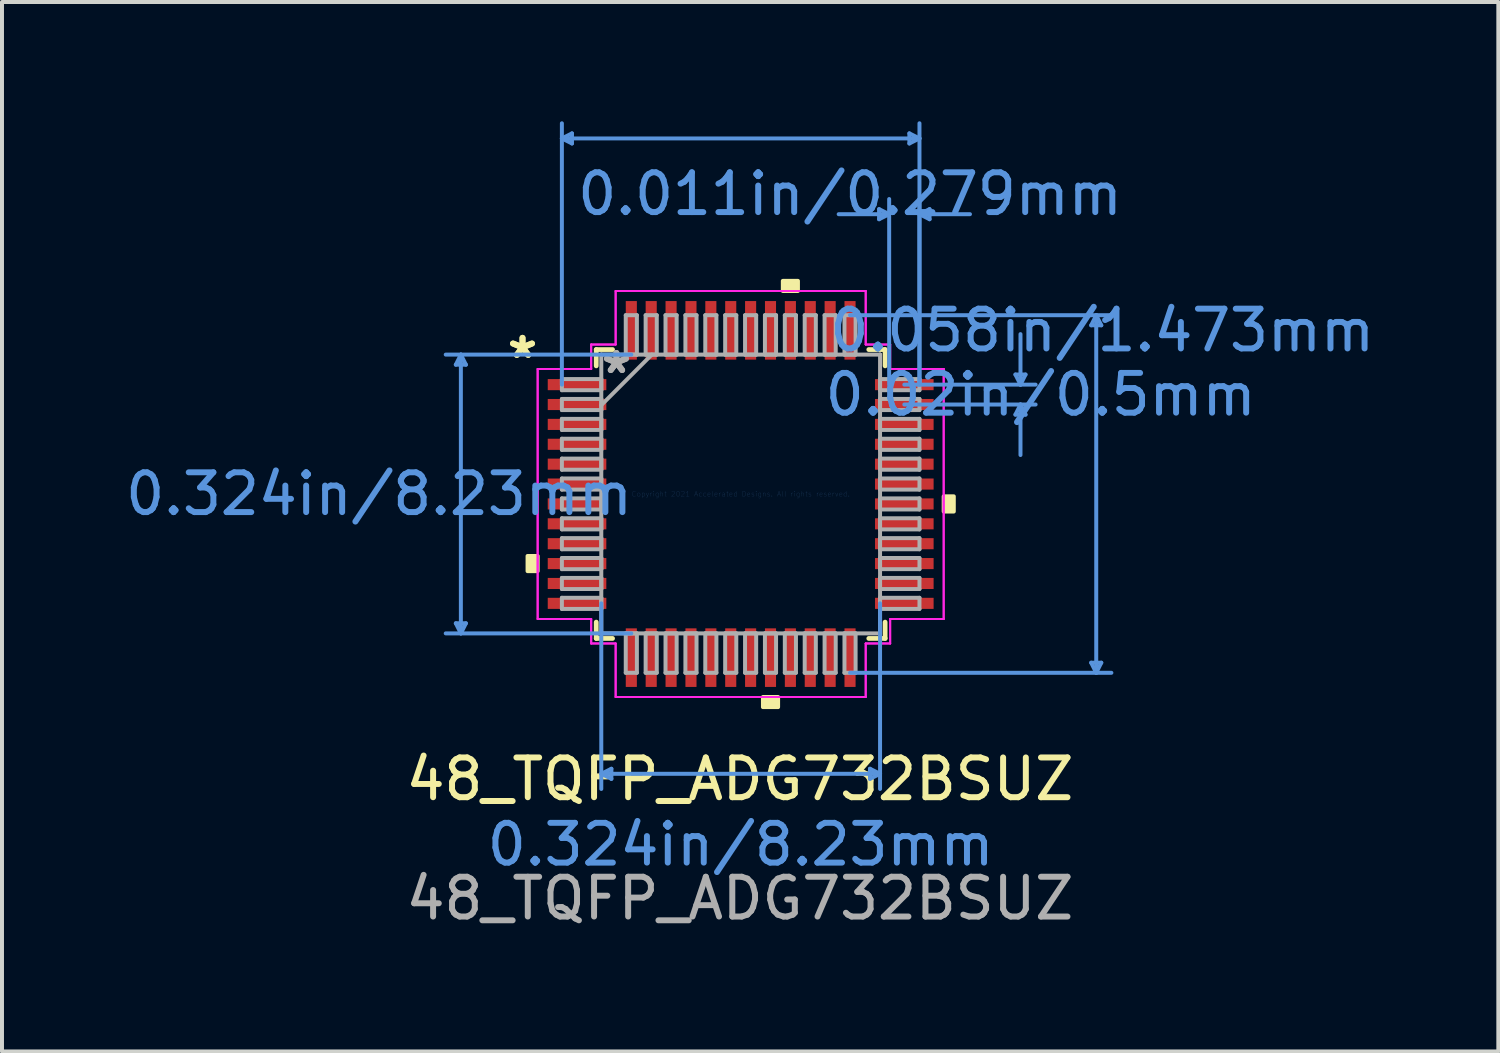
<source format=kicad_pcb>
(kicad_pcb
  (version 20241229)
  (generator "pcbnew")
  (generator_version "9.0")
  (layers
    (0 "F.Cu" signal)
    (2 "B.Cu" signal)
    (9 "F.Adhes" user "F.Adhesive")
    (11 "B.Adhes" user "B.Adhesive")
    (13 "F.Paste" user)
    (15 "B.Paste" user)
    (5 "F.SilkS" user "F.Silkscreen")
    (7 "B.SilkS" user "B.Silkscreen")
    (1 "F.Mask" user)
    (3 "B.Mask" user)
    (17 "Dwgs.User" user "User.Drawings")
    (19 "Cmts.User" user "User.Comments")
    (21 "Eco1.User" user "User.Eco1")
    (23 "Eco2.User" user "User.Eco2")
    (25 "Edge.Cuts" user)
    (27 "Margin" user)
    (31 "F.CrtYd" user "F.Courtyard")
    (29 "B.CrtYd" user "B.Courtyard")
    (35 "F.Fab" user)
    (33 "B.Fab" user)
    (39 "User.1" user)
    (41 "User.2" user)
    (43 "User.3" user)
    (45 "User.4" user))
  (footprint "48_TQFP_ADG732BSUZ"
    (layer "F.Cu")
    (at 15.575 9.372)
    (property "Reference" "48_TQFP_ADG732BSUZ" (at -0.02 7.17 0) (unlocked yes) (layer "F.SilkS") (effects (font (size 1 1) (thickness 0.15))))
    (attr smd)
    (fp_line (start -3.632 -3.632) (end -3.632 -3.222) (stroke (width 0.12) (type solid)) (layer "F.SilkS"))
    (fp_line (start -3.632 3.222) (end -3.632 3.632) (stroke (width 0.12) (type solid)) (layer "F.SilkS"))
    (fp_line (start -3.632 3.632) (end -3.222 3.632) (stroke (width 0.12) (type solid)) (layer "F.SilkS"))
    (fp_line (start -3.222 -3.632) (end -3.632 -3.632) (stroke (width 0.12) (type solid)) (layer "F.SilkS"))
    (fp_line (start 3.222 3.632) (end 3.632 3.632) (stroke (width 0.12) (type solid)) (layer "F.SilkS"))
    (fp_line (start 3.632 -3.632) (end 3.222 -3.632) (stroke (width 0.12) (type solid)) (layer "F.SilkS"))
    (fp_line (start 3.632 -3.222) (end 3.632 -3.632) (stroke (width 0.12) (type solid)) (layer "F.SilkS"))
    (fp_line (start 3.632 3.632) (end 3.632 3.222) (stroke (width 0.12) (type solid)) (layer "F.SilkS"))
    (fp_poly (pts (xy -5.359 1.559) (xy -5.359 1.94) (xy -5.105 1.94) (xy -5.105 1.559)) (stroke (width 0.1) (type solid)) (fill yes) (layer "F.SilkS"))
    (fp_poly (pts (xy 0.56 5.105) (xy 0.56 5.359) (xy 0.941 5.359) (xy 0.941 5.105)) (stroke (width 0.1) (type solid)) (fill yes) (layer "F.SilkS"))
    (fp_poly (pts (xy 1.06 -5.105) (xy 1.06 -5.359) (xy 1.44 -5.359) (xy 1.44 -5.105)) (stroke (width 0.1) (type solid)) (fill yes) (layer "F.SilkS"))
    (fp_poly (pts (xy 5.359 0.059) (xy 5.359 0.441) (xy 5.105 0.441) (xy 5.105 0.059)) (stroke (width 0.1) (type solid)) (fill yes) (layer "F.SilkS"))
    (fp_line (start -7.163 -3.251) (end -6.909 -3.251) (stroke (width 0.1) (type solid)) (layer "Cmts.User"))
    (fp_line (start -7.163 3.251) (end -6.909 3.251) (stroke (width 0.1) (type solid)) (layer "Cmts.User"))
    (fp_line (start -7.036 -3.505) (end -7.163 -3.251) (stroke (width 0.1) (type solid)) (layer "Cmts.User"))
    (fp_line (start -7.036 -3.505) (end -7.036 3.505) (stroke (width 0.1) (type solid)) (layer "Cmts.User"))
    (fp_line (start -7.036 -3.505) (end -6.909 -3.251) (stroke (width 0.1) (type solid)) (layer "Cmts.User"))
    (fp_line (start -7.036 3.505) (end -7.163 3.251) (stroke (width 0.1) (type solid)) (layer "Cmts.User"))
    (fp_line (start -7.036 3.505) (end -6.909 3.251) (stroke (width 0.1) (type solid)) (layer "Cmts.User"))
    (fp_line (start -4.496 -8.941) (end -4.242 -9.068) (stroke (width 0.1) (type solid)) (layer "Cmts.User"))
    (fp_line (start -4.496 -8.941) (end -4.242 -8.814) (stroke (width 0.1) (type solid)) (layer "Cmts.User"))
    (fp_line (start -4.496 -8.941) (end 4.496 -8.941) (stroke (width 0.1) (type solid)) (layer "Cmts.User"))
    (fp_line (start -4.496 -2.75) (end -4.496 -9.322) (stroke (width 0.1) (type solid)) (layer "Cmts.User"))
    (fp_line (start -4.242 -9.068) (end -4.242 -8.814) (stroke (width 0.1) (type solid)) (layer "Cmts.User"))
    (fp_line (start -3.505 2.75) (end -3.505 7.417) (stroke (width 0.1) (type solid)) (layer "Cmts.User"))
    (fp_line (start -3.505 7.036) (end -3.251 6.909) (stroke (width 0.1) (type solid)) (layer "Cmts.User"))
    (fp_line (start -3.505 7.036) (end -3.251 7.163) (stroke (width 0.1) (type solid)) (layer "Cmts.User"))
    (fp_line (start -3.505 7.036) (end 3.505 7.036) (stroke (width 0.1) (type solid)) (layer "Cmts.User"))
    (fp_line (start -3.251 6.909) (end -3.251 7.163) (stroke (width 0.1) (type solid)) (layer "Cmts.User"))
    (fp_line (start -2.75 -3.505) (end -7.417 -3.505) (stroke (width 0.1) (type solid)) (layer "Cmts.User"))
    (fp_line (start -2.75 3.505) (end -7.417 3.505) (stroke (width 0.1) (type solid)) (layer "Cmts.User"))
    (fp_line (start 2.75 -4.496) (end 9.322 -4.496) (stroke (width 0.1) (type solid)) (layer "Cmts.User"))
    (fp_line (start 2.75 4.496) (end 9.322 4.496) (stroke (width 0.1) (type solid)) (layer "Cmts.User"))
    (fp_line (start 3.251 6.909) (end 3.251 7.163) (stroke (width 0.1) (type solid)) (layer "Cmts.User"))
    (fp_line (start 3.48 -7.163) (end 3.48 -6.909) (stroke (width 0.1) (type solid)) (layer "Cmts.User"))
    (fp_line (start 3.505 2.75) (end 3.505 7.417) (stroke (width 0.1) (type solid)) (layer "Cmts.User"))
    (fp_line (start 3.505 7.036) (end 3.251 6.909) (stroke (width 0.1) (type solid)) (layer "Cmts.User"))
    (fp_line (start 3.505 7.036) (end 3.251 7.163) (stroke (width 0.1) (type solid)) (layer "Cmts.User"))
    (fp_line (start 3.734 -7.036) (end 2.464 -7.036) (stroke (width 0.1) (type solid)) (layer "Cmts.User"))
    (fp_line (start 3.734 -7.036) (end 3.48 -7.163) (stroke (width 0.1) (type solid)) (layer "Cmts.User"))
    (fp_line (start 3.734 -7.036) (end 3.48 -6.909) (stroke (width 0.1) (type solid)) (layer "Cmts.User"))
    (fp_line (start 3.734 -2.75) (end 3.734 -7.417) (stroke (width 0.1) (type solid)) (layer "Cmts.User"))
    (fp_line (start 4.115 -2.75) (end 7.417 -2.75) (stroke (width 0.1) (type solid)) (layer "Cmts.User"))
    (fp_line (start 4.115 -2.25) (end 7.417 -2.25) (stroke (width 0.1) (type solid)) (layer "Cmts.User"))
    (fp_line (start 4.242 -9.068) (end 4.242 -8.814) (stroke (width 0.1) (type solid)) (layer "Cmts.User"))
    (fp_line (start 4.496 -8.941) (end 4.242 -9.068) (stroke (width 0.1) (type solid)) (layer "Cmts.User"))
    (fp_line (start 4.496 -8.941) (end 4.242 -8.814) (stroke (width 0.1) (type solid)) (layer "Cmts.User"))
    (fp_line (start 4.496 -7.036) (end 4.75 -7.163) (stroke (width 0.1) (type solid)) (layer "Cmts.User"))
    (fp_line (start 4.496 -7.036) (end 4.75 -6.909) (stroke (width 0.1) (type solid)) (layer "Cmts.User"))
    (fp_line (start 4.496 -7.036) (end 5.766 -7.036) (stroke (width 0.1) (type solid)) (layer "Cmts.User"))
    (fp_line (start 4.496 -2.75) (end 4.496 -9.322) (stroke (width 0.1) (type solid)) (layer "Cmts.User"))
    (fp_line (start 4.496 -2.75) (end 4.496 -7.417) (stroke (width 0.1) (type solid)) (layer "Cmts.User"))
    (fp_line (start 4.75 -7.163) (end 4.75 -6.909) (stroke (width 0.1) (type solid)) (layer "Cmts.User"))
    (fp_line (start 6.909 -3.004) (end 7.163 -3.004) (stroke (width 0.1) (type solid)) (layer "Cmts.User"))
    (fp_line (start 6.909 -1.996) (end 7.163 -1.996) (stroke (width 0.1) (type solid)) (layer "Cmts.User"))
    (fp_line (start 7.036 -2.75) (end 6.909 -3.004) (stroke (width 0.1) (type solid)) (layer "Cmts.User"))
    (fp_line (start 7.036 -2.75) (end 7.036 -4.02) (stroke (width 0.1) (type solid)) (layer "Cmts.User"))
    (fp_line (start 7.036 -2.75) (end 7.163 -3.004) (stroke (width 0.1) (type solid)) (layer "Cmts.User"))
    (fp_line (start 7.036 -2.25) (end 6.909 -1.996) (stroke (width 0.1) (type solid)) (layer "Cmts.User"))
    (fp_line (start 7.036 -2.25) (end 7.036 -0.98) (stroke (width 0.1) (type solid)) (layer "Cmts.User"))
    (fp_line (start 7.036 -2.25) (end 7.163 -1.996) (stroke (width 0.1) (type solid)) (layer "Cmts.User"))
    (fp_line (start 8.814 -4.242) (end 9.068 -4.242) (stroke (width 0.1) (type solid)) (layer "Cmts.User"))
    (fp_line (start 8.814 4.242) (end 9.068 4.242) (stroke (width 0.1) (type solid)) (layer "Cmts.User"))
    (fp_line (start 8.941 -4.496) (end 8.814 -4.242) (stroke (width 0.1) (type solid)) (layer "Cmts.User"))
    (fp_line (start 8.941 -4.496) (end 8.941 4.496) (stroke (width 0.1) (type solid)) (layer "Cmts.User"))
    (fp_line (start 8.941 -4.496) (end 9.068 -4.242) (stroke (width 0.1) (type solid)) (layer "Cmts.User"))
    (fp_line (start 8.941 4.496) (end 8.814 4.242) (stroke (width 0.1) (type solid)) (layer "Cmts.User"))
    (fp_line (start 8.941 4.496) (end 9.068 4.242) (stroke (width 0.1) (type solid)) (layer "Cmts.User"))
    (fp_line (start -5.105 -3.144) (end -3.759 -3.144) (stroke (width 0.05) (type solid)) (layer "F.CrtYd"))
    (fp_line (start -5.105 -3.144) (end -3.759 -3.144) (stroke (width 0.05) (type solid)) (layer "F.CrtYd"))
    (fp_line (start -5.105 3.144) (end -5.105 -3.144) (stroke (width 0.05) (type solid)) (layer "F.CrtYd"))
    (fp_line (start -5.105 3.144) (end -5.105 -3.144) (stroke (width 0.05) (type solid)) (layer "F.CrtYd"))
    (fp_line (start -3.759 -3.759) (end -3.144 -3.759) (stroke (width 0.05) (type solid)) (layer "F.CrtYd"))
    (fp_line (start -3.759 -3.759) (end -3.144 -3.759) (stroke (width 0.05) (type solid)) (layer "F.CrtYd"))
    (fp_line (start -3.759 -3.144) (end -3.759 -3.759) (stroke (width 0.05) (type solid)) (layer "F.CrtYd"))
    (fp_line (start -3.759 -3.144) (end -3.759 -3.759) (stroke (width 0.05) (type solid)) (layer "F.CrtYd"))
    (fp_line (start -3.759 3.144) (end -5.105 3.144) (stroke (width 0.05) (type solid)) (layer "F.CrtYd"))
    (fp_line (start -3.759 3.144) (end -5.105 3.144) (stroke (width 0.05) (type solid)) (layer "F.CrtYd"))
    (fp_line (start -3.759 3.759) (end -3.759 3.144) (stroke (width 0.05) (type solid)) (layer "F.CrtYd"))
    (fp_line (start -3.759 3.759) (end -3.759 3.144) (stroke (width 0.05) (type solid)) (layer "F.CrtYd"))
    (fp_line (start -3.759 3.759) (end -3.144 3.759) (stroke (width 0.05) (type solid)) (layer "F.CrtYd"))
    (fp_line (start -3.144 -5.105) (end 3.144 -5.105) (stroke (width 0.05) (type solid)) (layer "F.CrtYd"))
    (fp_line (start -3.144 -5.105) (end 3.144 -5.105) (stroke (width 0.05) (type solid)) (layer "F.CrtYd"))
    (fp_line (start -3.144 -3.759) (end -3.144 -5.105) (stroke (width 0.05) (type solid)) (layer "F.CrtYd"))
    (fp_line (start -3.144 -3.759) (end -3.144 -5.105) (stroke (width 0.05) (type solid)) (layer "F.CrtYd"))
    (fp_line (start -3.144 3.759) (end -3.759 3.759) (stroke (width 0.05) (type solid)) (layer "F.CrtYd"))
    (fp_line (start -3.144 3.759) (end -3.144 5.105) (stroke (width 0.05) (type solid)) (layer "F.CrtYd"))
    (fp_line (start -3.144 5.105) (end -3.144 3.759) (stroke (width 0.05) (type solid)) (layer "F.CrtYd"))
    (fp_line (start -3.144 5.105) (end 3.144 5.105) (stroke (width 0.05) (type solid)) (layer "F.CrtYd"))
    (fp_line (start 3.144 -5.105) (end 3.144 -3.759) (stroke (width 0.05) (type solid)) (layer "F.CrtYd"))
    (fp_line (start 3.144 -5.105) (end 3.144 -3.759) (stroke (width 0.05) (type solid)) (layer "F.CrtYd"))
    (fp_line (start 3.144 -3.759) (end 3.759 -3.759) (stroke (width 0.05) (type solid)) (layer "F.CrtYd"))
    (fp_line (start 3.144 -3.759) (end 3.759 -3.759) (stroke (width 0.05) (type solid)) (layer "F.CrtYd"))
    (fp_line (start 3.144 3.759) (end 3.144 5.105) (stroke (width 0.05) (type solid)) (layer "F.CrtYd"))
    (fp_line (start 3.144 3.759) (end 3.759 3.759) (stroke (width 0.05) (type solid)) (layer "F.CrtYd"))
    (fp_line (start 3.144 5.105) (end -3.144 5.105) (stroke (width 0.05) (type solid)) (layer "F.CrtYd"))
    (fp_line (start 3.144 5.105) (end 3.144 3.759) (stroke (width 0.05) (type solid)) (layer "F.CrtYd"))
    (fp_line (start 3.759 -3.759) (end 3.759 -3.144) (stroke (width 0.05) (type solid)) (layer "F.CrtYd"))
    (fp_line (start 3.759 -3.144) (end 3.759 -3.759) (stroke (width 0.05) (type solid)) (layer "F.CrtYd"))
    (fp_line (start 3.759 -3.144) (end 5.105 -3.144) (stroke (width 0.05) (type solid)) (layer "F.CrtYd"))
    (fp_line (start 3.759 3.144) (end 3.759 3.759) (stroke (width 0.05) (type solid)) (layer "F.CrtYd"))
    (fp_line (start 3.759 3.144) (end 5.105 3.144) (stroke (width 0.05) (type solid)) (layer "F.CrtYd"))
    (fp_line (start 3.759 3.759) (end 3.144 3.759) (stroke (width 0.05) (type solid)) (layer "F.CrtYd"))
    (fp_line (start 3.759 3.759) (end 3.759 3.144) (stroke (width 0.05) (type solid)) (layer "F.CrtYd"))
    (fp_line (start 5.105 -3.144) (end 3.759 -3.144) (stroke (width 0.05) (type solid)) (layer "F.CrtYd"))
    (fp_line (start 5.105 -3.144) (end 5.105 3.144) (stroke (width 0.05) (type solid)) (layer "F.CrtYd"))
    (fp_line (start 5.105 3.144) (end 3.759 3.144) (stroke (width 0.05) (type solid)) (layer "F.CrtYd"))
    (fp_line (start 5.105 3.144) (end 5.105 -3.144) (stroke (width 0.05) (type solid)) (layer "F.CrtYd"))
    (fp_line (start -4.496 -2.89) (end -4.496 -2.61) (stroke (width 0.1) (type solid)) (layer "F.Fab"))
    (fp_line (start -4.496 -2.61) (end -3.505 -2.61) (stroke (width 0.1) (type solid)) (layer "F.Fab"))
    (fp_line (start -4.496 -2.39) (end -4.496 -2.11) (stroke (width 0.1) (type solid)) (layer "F.Fab"))
    (fp_line (start -4.496 -2.11) (end -3.505 -2.11) (stroke (width 0.1) (type solid)) (layer "F.Fab"))
    (fp_line (start -4.496 -1.89) (end -4.496 -1.61) (stroke (width 0.1) (type solid)) (layer "F.Fab"))
    (fp_line (start -4.496 -1.61) (end -3.505 -1.61) (stroke (width 0.1) (type solid)) (layer "F.Fab"))
    (fp_line (start -4.496 -1.39) (end -4.496 -1.11) (stroke (width 0.1) (type solid)) (layer "F.Fab"))
    (fp_line (start -4.496 -1.11) (end -3.505 -1.11) (stroke (width 0.1) (type solid)) (layer "F.Fab"))
    (fp_line (start -4.496 -0.89) (end -4.496 -0.61) (stroke (width 0.1) (type solid)) (layer "F.Fab"))
    (fp_line (start -4.496 -0.61) (end -3.505 -0.61) (stroke (width 0.1) (type solid)) (layer "F.Fab"))
    (fp_line (start -4.496 -0.39) (end -4.496 -0.11) (stroke (width 0.1) (type solid)) (layer "F.Fab"))
    (fp_line (start -4.496 -0.11) (end -3.505 -0.11) (stroke (width 0.1) (type solid)) (layer "F.Fab"))
    (fp_line (start -4.496 0.11) (end -4.496 0.39) (stroke (width 0.1) (type solid)) (layer "F.Fab"))
    (fp_line (start -4.496 0.39) (end -3.505 0.39) (stroke (width 0.1) (type solid)) (layer "F.Fab"))
    (fp_line (start -4.496 0.61) (end -4.496 0.89) (stroke (width 0.1) (type solid)) (layer "F.Fab"))
    (fp_line (start -4.496 0.89) (end -3.505 0.89) (stroke (width 0.1) (type solid)) (layer "F.Fab"))
    (fp_line (start -4.496 1.11) (end -4.496 1.39) (stroke (width 0.1) (type solid)) (layer "F.Fab"))
    (fp_line (start -4.496 1.39) (end -3.505 1.39) (stroke (width 0.1) (type solid)) (layer "F.Fab"))
    (fp_line (start -4.496 1.61) (end -4.496 1.89) (stroke (width 0.1) (type solid)) (layer "F.Fab"))
    (fp_line (start -4.496 1.89) (end -3.505 1.89) (stroke (width 0.1) (type solid)) (layer "F.Fab"))
    (fp_line (start -4.496 2.11) (end -4.496 2.39) (stroke (width 0.1) (type solid)) (layer "F.Fab"))
    (fp_line (start -4.496 2.39) (end -3.505 2.39) (stroke (width 0.1) (type solid)) (layer "F.Fab"))
    (fp_line (start -4.496 2.61) (end -4.496 2.89) (stroke (width 0.1) (type solid)) (layer "F.Fab"))
    (fp_line (start -4.496 2.89) (end -3.505 2.89) (stroke (width 0.1) (type solid)) (layer "F.Fab"))
    (fp_line (start -3.505 -3.505) (end -3.505 -3.505) (stroke (width 0.1) (type solid)) (layer "F.Fab"))
    (fp_line (start -3.505 -3.505) (end -3.505 3.505) (stroke (width 0.1) (type solid)) (layer "F.Fab"))
    (fp_line (start -3.505 -2.89) (end -4.496 -2.89) (stroke (width 0.1) (type solid)) (layer "F.Fab"))
    (fp_line (start -3.505 -2.61) (end -3.505 -2.89) (stroke (width 0.1) (type solid)) (layer "F.Fab"))
    (fp_line (start -3.505 -2.39) (end -4.496 -2.39) (stroke (width 0.1) (type solid)) (layer "F.Fab"))
    (fp_line (start -3.505 -2.235) (end -2.235 -3.505) (stroke (width 0.1) (type solid)) (layer "F.Fab"))
    (fp_line (start -3.505 -2.11) (end -3.505 -2.39) (stroke (width 0.1) (type solid)) (layer "F.Fab"))
    (fp_line (start -3.505 -1.89) (end -4.496 -1.89) (stroke (width 0.1) (type solid)) (layer "F.Fab"))
    (fp_line (start -3.505 -1.61) (end -3.505 -1.89) (stroke (width 0.1) (type solid)) (layer "F.Fab"))
    (fp_line (start -3.505 -1.39) (end -4.496 -1.39) (stroke (width 0.1) (type solid)) (layer "F.Fab"))
    (fp_line (start -3.505 -1.11) (end -3.505 -1.39) (stroke (width 0.1) (type solid)) (layer "F.Fab"))
    (fp_line (start -3.505 -0.89) (end -4.496 -0.89) (stroke (width 0.1) (type solid)) (layer "F.Fab"))
    (fp_line (start -3.505 -0.61) (end -3.505 -0.89) (stroke (width 0.1) (type solid)) (layer "F.Fab"))
    (fp_line (start -3.505 -0.39) (end -4.496 -0.39) (stroke (width 0.1) (type solid)) (layer "F.Fab"))
    (fp_line (start -3.505 -0.11) (end -3.505 -0.39) (stroke (width 0.1) (type solid)) (layer "F.Fab"))
    (fp_line (start -3.505 0.11) (end -4.496 0.11) (stroke (width 0.1) (type solid)) (layer "F.Fab"))
    (fp_line (start -3.505 0.39) (end -3.505 0.11) (stroke (width 0.1) (type solid)) (layer "F.Fab"))
    (fp_line (start -3.505 0.61) (end -4.496 0.61) (stroke (width 0.1) (type solid)) (layer "F.Fab"))
    (fp_line (start -3.505 0.89) (end -3.505 0.61) (stroke (width 0.1) (type solid)) (layer "F.Fab"))
    (fp_line (start -3.505 1.11) (end -4.496 1.11) (stroke (width 0.1) (type solid)) (layer "F.Fab"))
    (fp_line (start -3.505 1.39) (end -3.505 1.11) (stroke (width 0.1) (type solid)) (layer "F.Fab"))
    (fp_line (start -3.505 1.61) (end -4.496 1.61) (stroke (width 0.1) (type solid)) (layer "F.Fab"))
    (fp_line (start -3.505 1.89) (end -3.505 1.61) (stroke (width 0.1) (type solid)) (layer "F.Fab"))
    (fp_line (start -3.505 2.11) (end -4.496 2.11) (stroke (width 0.1) (type solid)) (layer "F.Fab"))
    (fp_line (start -3.505 2.39) (end -3.505 2.11) (stroke (width 0.1) (type solid)) (layer "F.Fab"))
    (fp_line (start -3.505 2.61) (end -4.496 2.61) (stroke (width 0.1) (type solid)) (layer "F.Fab"))
    (fp_line (start -3.505 2.89) (end -3.505 2.61) (stroke (width 0.1) (type solid)) (layer "F.Fab"))
    (fp_line (start -3.505 3.505) (end -3.505 3.505) (stroke (width 0.1) (type solid)) (layer "F.Fab"))
    (fp_line (start -3.505 3.505) (end 3.505 3.505) (stroke (width 0.1) (type solid)) (layer "F.Fab"))
    (fp_line (start -2.89 -4.496) (end -2.89 -3.505) (stroke (width 0.1) (type solid)) (layer "F.Fab"))
    (fp_line (start -2.89 -3.505) (end -2.61 -3.505) (stroke (width 0.1) (type solid)) (layer "F.Fab"))
    (fp_line (start -2.89 3.505) (end -2.89 4.496) (stroke (width 0.1) (type solid)) (layer "F.Fab"))
    (fp_line (start -2.89 4.496) (end -2.61 4.496) (stroke (width 0.1) (type solid)) (layer "F.Fab"))
    (fp_line (start -2.61 -4.496) (end -2.89 -4.496) (stroke (width 0.1) (type solid)) (layer "F.Fab"))
    (fp_line (start -2.61 -3.505) (end -2.61 -4.496) (stroke (width 0.1) (type solid)) (layer "F.Fab"))
    (fp_line (start -2.61 3.505) (end -2.89 3.505) (stroke (width 0.1) (type solid)) (layer "F.Fab"))
    (fp_line (start -2.61 4.496) (end -2.61 3.505) (stroke (width 0.1) (type solid)) (layer "F.Fab"))
    (fp_line (start -2.39 -4.496) (end -2.39 -3.505) (stroke (width 0.1) (type solid)) (layer "F.Fab"))
    (fp_line (start -2.39 -3.505) (end -2.11 -3.505) (stroke (width 0.1) (type solid)) (layer "F.Fab"))
    (fp_line (start -2.39 3.505) (end -2.39 4.496) (stroke (width 0.1) (type solid)) (layer "F.Fab"))
    (fp_line (start -2.39 4.496) (end -2.11 4.496) (stroke (width 0.1) (type solid)) (layer "F.Fab"))
    (fp_line (start -2.11 -4.496) (end -2.39 -4.496) (stroke (width 0.1) (type solid)) (layer "F.Fab"))
    (fp_line (start -2.11 -3.505) (end -2.11 -4.496) (stroke (width 0.1) (type solid)) (layer "F.Fab"))
    (fp_line (start -2.11 3.505) (end -2.39 3.505) (stroke (width 0.1) (type solid)) (layer "F.Fab"))
    (fp_line (start -2.11 4.496) (end -2.11 3.505) (stroke (width 0.1) (type solid)) (layer "F.Fab"))
    (fp_line (start -1.89 -4.496) (end -1.89 -3.505) (stroke (width 0.1) (type solid)) (layer "F.Fab"))
    (fp_line (start -1.89 -3.505) (end -1.61 -3.505) (stroke (width 0.1) (type solid)) (layer "F.Fab"))
    (fp_line (start -1.89 3.505) (end -1.89 4.496) (stroke (width 0.1) (type solid)) (layer "F.Fab"))
    (fp_line (start -1.89 4.496) (end -1.61 4.496) (stroke (width 0.1) (type solid)) (layer "F.Fab"))
    (fp_line (start -1.61 -4.496) (end -1.89 -4.496) (stroke (width 0.1) (type solid)) (layer "F.Fab"))
    (fp_line (start -1.61 -3.505) (end -1.61 -4.496) (stroke (width 0.1) (type solid)) (layer "F.Fab"))
    (fp_line (start -1.61 3.505) (end -1.89 3.505) (stroke (width 0.1) (type solid)) (layer "F.Fab"))
    (fp_line (start -1.61 4.496) (end -1.61 3.505) (stroke (width 0.1) (type solid)) (layer "F.Fab"))
    (fp_line (start -1.39 -4.496) (end -1.39 -3.505) (stroke (width 0.1) (type solid)) (layer "F.Fab"))
    (fp_line (start -1.39 -3.505) (end -1.11 -3.505) (stroke (width 0.1) (type solid)) (layer "F.Fab"))
    (fp_line (start -1.39 3.505) (end -1.39 4.496) (stroke (width 0.1) (type solid)) (layer "F.Fab"))
    (fp_line (start -1.39 4.496) (end -1.11 4.496) (stroke (width 0.1) (type solid)) (layer "F.Fab"))
    (fp_line (start -1.11 -4.496) (end -1.39 -4.496) (stroke (width 0.1) (type solid)) (layer "F.Fab"))
    (fp_line (start -1.11 -3.505) (end -1.11 -4.496) (stroke (width 0.1) (type solid)) (layer "F.Fab"))
    (fp_line (start -1.11 3.505) (end -1.39 3.505) (stroke (width 0.1) (type solid)) (layer "F.Fab"))
    (fp_line (start -1.11 4.496) (end -1.11 3.505) (stroke (width 0.1) (type solid)) (layer "F.Fab"))
    (fp_line (start -0.89 -4.496) (end -0.89 -3.505) (stroke (width 0.1) (type solid)) (layer "F.Fab"))
    (fp_line (start -0.89 -3.505) (end -0.61 -3.505) (stroke (width 0.1) (type solid)) (layer "F.Fab"))
    (fp_line (start -0.89 3.505) (end -0.89 4.496) (stroke (width 0.1) (type solid)) (layer "F.Fab"))
    (fp_line (start -0.89 4.496) (end -0.61 4.496) (stroke (width 0.1) (type solid)) (layer "F.Fab"))
    (fp_line (start -0.61 -4.496) (end -0.89 -4.496) (stroke (width 0.1) (type solid)) (layer "F.Fab"))
    (fp_line (start -0.61 -3.505) (end -0.61 -4.496) (stroke (width 0.1) (type solid)) (layer "F.Fab"))
    (fp_line (start -0.61 3.505) (end -0.89 3.505) (stroke (width 0.1) (type solid)) (layer "F.Fab"))
    (fp_line (start -0.61 4.496) (end -0.61 3.505) (stroke (width 0.1) (type solid)) (layer "F.Fab"))
    (fp_line (start -0.39 -4.496) (end -0.39 -3.505) (stroke (width 0.1) (type solid)) (layer "F.Fab"))
    (fp_line (start -0.39 -3.505) (end -0.11 -3.505) (stroke (width 0.1) (type solid)) (layer "F.Fab"))
    (fp_line (start -0.39 3.505) (end -0.39 4.496) (stroke (width 0.1) (type solid)) (layer "F.Fab"))
    (fp_line (start -0.39 4.496) (end -0.11 4.496) (stroke (width 0.1) (type solid)) (layer "F.Fab"))
    (fp_line (start -0.11 -4.496) (end -0.39 -4.496) (stroke (width 0.1) (type solid)) (layer "F.Fab"))
    (fp_line (start -0.11 -3.505) (end -0.11 -4.496) (stroke (width 0.1) (type solid)) (layer "F.Fab"))
    (fp_line (start -0.11 3.505) (end -0.39 3.505) (stroke (width 0.1) (type solid)) (layer "F.Fab"))
    (fp_line (start -0.11 4.496) (end -0.11 3.505) (stroke (width 0.1) (type solid)) (layer "F.Fab"))
    (fp_line (start 0.11 -4.496) (end 0.11 -3.505) (stroke (width 0.1) (type solid)) (layer "F.Fab"))
    (fp_line (start 0.11 -3.505) (end 0.39 -3.505) (stroke (width 0.1) (type solid)) (layer "F.Fab"))
    (fp_line (start 0.11 3.505) (end 0.11 4.496) (stroke (width 0.1) (type solid)) (layer "F.Fab"))
    (fp_line (start 0.11 4.496) (end 0.39 4.496) (stroke (width 0.1) (type solid)) (layer "F.Fab"))
    (fp_line (start 0.39 -4.496) (end 0.11 -4.496) (stroke (width 0.1) (type solid)) (layer "F.Fab"))
    (fp_line (start 0.39 -3.505) (end 0.39 -4.496) (stroke (width 0.1) (type solid)) (layer "F.Fab"))
    (fp_line (start 0.39 3.505) (end 0.11 3.505) (stroke (width 0.1) (type solid)) (layer "F.Fab"))
    (fp_line (start 0.39 4.496) (end 0.39 3.505) (stroke (width 0.1) (type solid)) (layer "F.Fab"))
    (fp_line (start 0.61 -4.496) (end 0.61 -3.505) (stroke (width 0.1) (type solid)) (layer "F.Fab"))
    (fp_line (start 0.61 -3.505) (end 0.89 -3.505) (stroke (width 0.1) (type solid)) (layer "F.Fab"))
    (fp_line (start 0.61 3.505) (end 0.61 4.496) (stroke (width 0.1) (type solid)) (layer "F.Fab"))
    (fp_line (start 0.61 4.496) (end 0.89 4.496) (stroke (width 0.1) (type solid)) (layer "F.Fab"))
    (fp_line (start 0.89 -4.496) (end 0.61 -4.496) (stroke (width 0.1) (type solid)) (layer "F.Fab"))
    (fp_line (start 0.89 -3.505) (end 0.89 -4.496) (stroke (width 0.1) (type solid)) (layer "F.Fab"))
    (fp_line (start 0.89 3.505) (end 0.61 3.505) (stroke (width 0.1) (type solid)) (layer "F.Fab"))
    (fp_line (start 0.89 4.496) (end 0.89 3.505) (stroke (width 0.1) (type solid)) (layer "F.Fab"))
    (fp_line (start 1.11 -4.496) (end 1.11 -3.505) (stroke (width 0.1) (type solid)) (layer "F.Fab"))
    (fp_line (start 1.11 -3.505) (end 1.39 -3.505) (stroke (width 0.1) (type solid)) (layer "F.Fab"))
    (fp_line (start 1.11 3.505) (end 1.11 4.496) (stroke (width 0.1) (type solid)) (layer "F.Fab"))
    (fp_line (start 1.11 4.496) (end 1.39 4.496) (stroke (width 0.1) (type solid)) (layer "F.Fab"))
    (fp_line (start 1.39 -4.496) (end 1.11 -4.496) (stroke (width 0.1) (type solid)) (layer "F.Fab"))
    (fp_line (start 1.39 -3.505) (end 1.39 -4.496) (stroke (width 0.1) (type solid)) (layer "F.Fab"))
    (fp_line (start 1.39 3.505) (end 1.11 3.505) (stroke (width 0.1) (type solid)) (layer "F.Fab"))
    (fp_line (start 1.39 4.496) (end 1.39 3.505) (stroke (width 0.1) (type solid)) (layer "F.Fab"))
    (fp_line (start 1.61 -4.496) (end 1.61 -3.505) (stroke (width 0.1) (type solid)) (layer "F.Fab"))
    (fp_line (start 1.61 -3.505) (end 1.89 -3.505) (stroke (width 0.1) (type solid)) (layer "F.Fab"))
    (fp_line (start 1.61 3.505) (end 1.61 4.496) (stroke (width 0.1) (type solid)) (layer "F.Fab"))
    (fp_line (start 1.61 4.496) (end 1.89 4.496) (stroke (width 0.1) (type solid)) (layer "F.Fab"))
    (fp_line (start 1.89 -4.496) (end 1.61 -4.496) (stroke (width 0.1) (type solid)) (layer "F.Fab"))
    (fp_line (start 1.89 -3.505) (end 1.89 -4.496) (stroke (width 0.1) (type solid)) (layer "F.Fab"))
    (fp_line (start 1.89 3.505) (end 1.61 3.505) (stroke (width 0.1) (type solid)) (layer "F.Fab"))
    (fp_line (start 1.89 4.496) (end 1.89 3.505) (stroke (width 0.1) (type solid)) (layer "F.Fab"))
    (fp_line (start 2.11 -4.496) (end 2.11 -3.505) (stroke (width 0.1) (type solid)) (layer "F.Fab"))
    (fp_line (start 2.11 -3.505) (end 2.39 -3.505) (stroke (width 0.1) (type solid)) (layer "F.Fab"))
    (fp_line (start 2.11 3.505) (end 2.11 4.496) (stroke (width 0.1) (type solid)) (layer "F.Fab"))
    (fp_line (start 2.11 4.496) (end 2.39 4.496) (stroke (width 0.1) (type solid)) (layer "F.Fab"))
    (fp_line (start 2.39 -4.496) (end 2.11 -4.496) (stroke (width 0.1) (type solid)) (layer "F.Fab"))
    (fp_line (start 2.39 -3.505) (end 2.39 -4.496) (stroke (width 0.1) (type solid)) (layer "F.Fab"))
    (fp_line (start 2.39 3.505) (end 2.11 3.505) (stroke (width 0.1) (type solid)) (layer "F.Fab"))
    (fp_line (start 2.39 4.496) (end 2.39 3.505) (stroke (width 0.1) (type solid)) (layer "F.Fab"))
    (fp_line (start 2.61 -4.496) (end 2.61 -3.505) (stroke (width 0.1) (type solid)) (layer "F.Fab"))
    (fp_line (start 2.61 -3.505) (end 2.89 -3.505) (stroke (width 0.1) (type solid)) (layer "F.Fab"))
    (fp_line (start 2.61 3.505) (end 2.61 4.496) (stroke (width 0.1) (type solid)) (layer "F.Fab"))
    (fp_line (start 2.61 4.496) (end 2.89 4.496) (stroke (width 0.1) (type solid)) (layer "F.Fab"))
    (fp_line (start 2.89 -4.496) (end 2.61 -4.496) (stroke (width 0.1) (type solid)) (layer "F.Fab"))
    (fp_line (start 2.89 -3.505) (end 2.89 -4.496) (stroke (width 0.1) (type solid)) (layer "F.Fab"))
    (fp_line (start 2.89 3.505) (end 2.61 3.505) (stroke (width 0.1) (type solid)) (layer "F.Fab"))
    (fp_line (start 2.89 4.496) (end 2.89 3.505) (stroke (width 0.1) (type solid)) (layer "F.Fab"))
    (fp_line (start 3.505 -3.505) (end -3.505 -3.505) (stroke (width 0.1) (type solid)) (layer "F.Fab"))
    (fp_line (start 3.505 -3.505) (end 3.505 -3.505) (stroke (width 0.1) (type solid)) (layer "F.Fab"))
    (fp_line (start 3.505 -2.89) (end 3.505 -2.61) (stroke (width 0.1) (type solid)) (layer "F.Fab"))
    (fp_line (start 3.505 -2.61) (end 4.496 -2.61) (stroke (width 0.1) (type solid)) (layer "F.Fab"))
    (fp_line (start 3.505 -2.39) (end 3.505 -2.11) (stroke (width 0.1) (type solid)) (layer "F.Fab"))
    (fp_line (start 3.505 -2.11) (end 4.496 -2.11) (stroke (width 0.1) (type solid)) (layer "F.Fab"))
    (fp_line (start 3.505 -1.89) (end 3.505 -1.61) (stroke (width 0.1) (type solid)) (layer "F.Fab"))
    (fp_line (start 3.505 -1.61) (end 4.496 -1.61) (stroke (width 0.1) (type solid)) (layer "F.Fab"))
    (fp_line (start 3.505 -1.39) (end 3.505 -1.11) (stroke (width 0.1) (type solid)) (layer "F.Fab"))
    (fp_line (start 3.505 -1.11) (end 4.496 -1.11) (stroke (width 0.1) (type solid)) (layer "F.Fab"))
    (fp_line (start 3.505 -0.89) (end 3.505 -0.61) (stroke (width 0.1) (type solid)) (layer "F.Fab"))
    (fp_line (start 3.505 -0.61) (end 4.496 -0.61) (stroke (width 0.1) (type solid)) (layer "F.Fab"))
    (fp_line (start 3.505 -0.39) (end 3.505 -0.11) (stroke (width 0.1) (type solid)) (layer "F.Fab"))
    (fp_line (start 3.505 -0.11) (end 4.496 -0.11) (stroke (width 0.1) (type solid)) (layer "F.Fab"))
    (fp_line (start 3.505 0.11) (end 3.505 0.39) (stroke (width 0.1) (type solid)) (layer "F.Fab"))
    (fp_line (start 3.505 0.39) (end 4.496 0.39) (stroke (width 0.1) (type solid)) (layer "F.Fab"))
    (fp_line (start 3.505 0.61) (end 3.505 0.89) (stroke (width 0.1) (type solid)) (layer "F.Fab"))
    (fp_line (start 3.505 0.89) (end 4.496 0.89) (stroke (width 0.1) (type solid)) (layer "F.Fab"))
    (fp_line (start 3.505 1.11) (end 3.505 1.39) (stroke (width 0.1) (type solid)) (layer "F.Fab"))
    (fp_line (start 3.505 1.39) (end 4.496 1.39) (stroke (width 0.1) (type solid)) (layer "F.Fab"))
    (fp_line (start 3.505 1.61) (end 3.505 1.89) (stroke (width 0.1) (type solid)) (layer "F.Fab"))
    (fp_line (start 3.505 1.89) (end 4.496 1.89) (stroke (width 0.1) (type solid)) (layer "F.Fab"))
    (fp_line (start 3.505 2.11) (end 3.505 2.39) (stroke (width 0.1) (type solid)) (layer "F.Fab"))
    (fp_line (start 3.505 2.39) (end 4.496 2.39) (stroke (width 0.1) (type solid)) (layer "F.Fab"))
    (fp_line (start 3.505 2.61) (end 3.505 2.89) (stroke (width 0.1) (type solid)) (layer "F.Fab"))
    (fp_line (start 3.505 2.89) (end 4.496 2.89) (stroke (width 0.1) (type solid)) (layer "F.Fab"))
    (fp_line (start 3.505 3.505) (end 3.505 -3.505) (stroke (width 0.1) (type solid)) (layer "F.Fab"))
    (fp_line (start 3.505 3.505) (end 3.505 3.505) (stroke (width 0.1) (type solid)) (layer "F.Fab"))
    (fp_line (start 4.496 -2.89) (end 3.505 -2.89) (stroke (width 0.1) (type solid)) (layer "F.Fab"))
    (fp_line (start 4.496 -2.61) (end 4.496 -2.89) (stroke (width 0.1) (type solid)) (layer "F.Fab"))
    (fp_line (start 4.496 -2.39) (end 3.505 -2.39) (stroke (width 0.1) (type solid)) (layer "F.Fab"))
    (fp_line (start 4.496 -2.11) (end 4.496 -2.39) (stroke (width 0.1) (type solid)) (layer "F.Fab"))
    (fp_line (start 4.496 -1.89) (end 3.505 -1.89) (stroke (width 0.1) (type solid)) (layer "F.Fab"))
    (fp_line (start 4.496 -1.61) (end 4.496 -1.89) (stroke (width 0.1) (type solid)) (layer "F.Fab"))
    (fp_line (start 4.496 -1.39) (end 3.505 -1.39) (stroke (width 0.1) (type solid)) (layer "F.Fab"))
    (fp_line (start 4.496 -1.11) (end 4.496 -1.39) (stroke (width 0.1) (type solid)) (layer "F.Fab"))
    (fp_line (start 4.496 -0.89) (end 3.505 -0.89) (stroke (width 0.1) (type solid)) (layer "F.Fab"))
    (fp_line (start 4.496 -0.61) (end 4.496 -0.89) (stroke (width 0.1) (type solid)) (layer "F.Fab"))
    (fp_line (start 4.496 -0.39) (end 3.505 -0.39) (stroke (width 0.1) (type solid)) (layer "F.Fab"))
    (fp_line (start 4.496 -0.11) (end 4.496 -0.39) (stroke (width 0.1) (type solid)) (layer "F.Fab"))
    (fp_line (start 4.496 0.11) (end 3.505 0.11) (stroke (width 0.1) (type solid)) (layer "F.Fab"))
    (fp_line (start 4.496 0.39) (end 4.496 0.11) (stroke (width 0.1) (type solid)) (layer "F.Fab"))
    (fp_line (start 4.496 0.61) (end 3.505 0.61) (stroke (width 0.1) (type solid)) (layer "F.Fab"))
    (fp_line (start 4.496 0.89) (end 4.496 0.61) (stroke (width 0.1) (type solid)) (layer "F.Fab"))
    (fp_line (start 4.496 1.11) (end 3.505 1.11) (stroke (width 0.1) (type solid)) (layer "F.Fab"))
    (fp_line (start 4.496 1.39) (end 4.496 1.11) (stroke (width 0.1) (type solid)) (layer "F.Fab"))
    (fp_line (start 4.496 1.61) (end 3.505 1.61) (stroke (width 0.1) (type solid)) (layer "F.Fab"))
    (fp_line (start 4.496 1.89) (end 4.496 1.61) (stroke (width 0.1) (type solid)) (layer "F.Fab"))
    (fp_line (start 4.496 2.11) (end 3.505 2.11) (stroke (width 0.1) (type solid)) (layer "F.Fab"))
    (fp_line (start 4.496 2.39) (end 4.496 2.11) (stroke (width 0.1) (type solid)) (layer "F.Fab"))
    (fp_line (start 4.496 2.61) (end 3.505 2.61) (stroke (width 0.1) (type solid)) (layer "F.Fab"))
    (fp_line (start 4.496 2.89) (end 4.496 2.61) (stroke (width 0.1) (type solid)) (layer "F.Fab"))
    (fp_text user "*" (at -5.486 -3.381 0) (layer "F.SilkS") (effects (font (size 1 1) (thickness 0.15))))
    (fp_text user "*" (at -5.486 -3.381 0) (layer "F.SilkS") (effects (font (size 1 1) (thickness 0.15))))
    (fp_text user "0.02in/0.5mm" (at 7.544 -2.5 0) (layer "Cmts.User") (effects (font (size 1 1) (thickness 0.15))))
    (fp_text user "0.324in/8.23mm" (at 0 8.814 0) (layer "Cmts.User") (effects (font (size 1 1) (thickness 0.15))))
    (fp_text user "0.011in/0.279mm" (at 2.75 -7.544 0) (layer "Cmts.User") (effects (font (size 1 1) (thickness 0.15))))
    (fp_text user "0.324in/8.23mm" (at -9.093 0 0) (layer "Cmts.User") (effects (font (size 1 1) (thickness 0.15))))
    (fp_text user "Copyright 2021 Accelerated Designs. All rights reserved." (at 0 0 0) (layer "Cmts.User") (effects (font (size 0.127 0.127) (thickness 0.002))))
    (fp_text user "0.058in/1.473mm" (at 9.093 -4.115 0) (layer "Cmts.User") (effects (font (size 1 1) (thickness 0.15))))
    (fp_text user "*" (at -3.124 -3 0) (layer "F.Fab") (effects (font (size 1 1) (thickness 0.15))))
    (fp_text user "${REFERENCE}" (at -0.02 10.17 0) (unlocked yes) (layer "F.Fab") (effects (font (size 1 1) (thickness 0.15))))
    (fp_text user "*" (at -3.124 -3 0) (layer "F.Fab") (effects (font (size 1 1) (thickness 0.15))))
    (pad "1" smd rect (at -4.115 -2.75 90) (size 0.279 1.473) (layers "F.Cu" "F.Mask" "F.Paste"))
    (pad "2" smd rect (at -4.115 -2.25 90) (size 0.279 1.473) (layers "F.Cu" "F.Mask" "F.Paste"))
    (pad "3" smd rect (at -4.115 -1.75 90) (size 0.279 1.473) (layers "F.Cu" "F.Mask" "F.Paste"))
    (pad "4" smd rect (at -4.115 -1.25 90) (size 0.279 1.473) (layers "F.Cu" "F.Mask" "F.Paste"))
    (pad "5" smd rect (at -4.115 -0.75 90) (size 0.279 1.473) (layers "F.Cu" "F.Mask" "F.Paste"))
    (pad "6" smd rect (at -4.115 -0.25 90) (size 0.279 1.473) (layers "F.Cu" "F.Mask" "F.Paste"))
    (pad "7" smd rect (at -4.115 0.25 90) (size 0.279 1.473) (layers "F.Cu" "F.Mask" "F.Paste"))
    (pad "8" smd rect (at -4.115 0.75 90) (size 0.279 1.473) (layers "F.Cu" "F.Mask" "F.Paste"))
    (pad "9" smd rect (at -4.115 1.25 90) (size 0.279 1.473) (layers "F.Cu" "F.Mask" "F.Paste"))
    (pad "10" smd rect (at -4.115 1.75 90) (size 0.279 1.473) (layers "F.Cu" "F.Mask" "F.Paste"))
    (pad "11" smd rect (at -4.115 2.25 90) (size 0.279 1.473) (layers "F.Cu" "F.Mask" "F.Paste"))
    (pad "12" smd rect (at -4.115 2.75 90) (size 0.279 1.473) (layers "F.Cu" "F.Mask" "F.Paste"))
    (pad "13" smd rect (at -2.75 4.115) (size 0.279 1.473) (layers "F.Cu" "F.Mask" "F.Paste"))
    (pad "14" smd rect (at -2.25 4.115) (size 0.279 1.473) (layers "F.Cu" "F.Mask" "F.Paste"))
    (pad "15" smd rect (at -1.75 4.115) (size 0.279 1.473) (layers "F.Cu" "F.Mask" "F.Paste"))
    (pad "16" smd rect (at -1.25 4.115) (size 0.279 1.473) (layers "F.Cu" "F.Mask" "F.Paste"))
    (pad "17" smd rect (at -0.75 4.115) (size 0.279 1.473) (layers "F.Cu" "F.Mask" "F.Paste"))
    (pad "18" smd rect (at -0.25 4.115) (size 0.279 1.473) (layers "F.Cu" "F.Mask" "F.Paste"))
    (pad "19" smd rect (at 0.25 4.115) (size 0.279 1.473) (layers "F.Cu" "F.Mask" "F.Paste"))
    (pad "20" smd rect (at 0.75 4.115) (size 0.279 1.473) (layers "F.Cu" "F.Mask" "F.Paste"))
    (pad "21" smd rect (at 1.25 4.115) (size 0.279 1.473) (layers "F.Cu" "F.Mask" "F.Paste"))
    (pad "22" smd rect (at 1.75 4.115) (size 0.279 1.473) (layers "F.Cu" "F.Mask" "F.Paste"))
    (pad "23" smd rect (at 2.25 4.115) (size 0.279 1.473) (layers "F.Cu" "F.Mask" "F.Paste"))
    (pad "24" smd rect (at 2.75 4.115) (size 0.279 1.473) (layers "F.Cu" "F.Mask" "F.Paste"))
    (pad "25" smd rect (at 4.115 2.75 90) (size 0.279 1.473) (layers "F.Cu" "F.Mask" "F.Paste"))
    (pad "26" smd rect (at 4.115 2.25 90) (size 0.279 1.473) (layers "F.Cu" "F.Mask" "F.Paste"))
    (pad "27" smd rect (at 4.115 1.75 90) (size 0.279 1.473) (layers "F.Cu" "F.Mask" "F.Paste"))
    (pad "28" smd rect (at 4.115 1.25 90) (size 0.279 1.473) (layers "F.Cu" "F.Mask" "F.Paste"))
    (pad "29" smd rect (at 4.115 0.75 90) (size 0.279 1.473) (layers "F.Cu" "F.Mask" "F.Paste"))
    (pad "30" smd rect (at 4.115 0.25 90) (size 0.279 1.473) (layers "F.Cu" "F.Mask" "F.Paste"))
    (pad "31" smd rect (at 4.115 -0.25 90) (size 0.279 1.473) (layers "F.Cu" "F.Mask" "F.Paste"))
    (pad "32" smd rect (at 4.115 -0.75 90) (size 0.279 1.473) (layers "F.Cu" "F.Mask" "F.Paste"))
    (pad "33" smd rect (at 4.115 -1.25 90) (size 0.279 1.473) (layers "F.Cu" "F.Mask" "F.Paste"))
    (pad "34" smd rect (at 4.115 -1.75 90) (size 0.279 1.473) (layers "F.Cu" "F.Mask" "F.Paste"))
    (pad "35" smd rect (at 4.115 -2.25 90) (size 0.279 1.473) (layers "F.Cu" "F.Mask" "F.Paste"))
    (pad "36" smd rect (at 4.115 -2.75 90) (size 0.279 1.473) (layers "F.Cu" "F.Mask" "F.Paste"))
    (pad "37" smd rect (at 2.75 -4.115) (size 0.279 1.473) (layers "F.Cu" "F.Mask" "F.Paste"))
    (pad "38" smd rect (at 2.25 -4.115) (size 0.279 1.473) (layers "F.Cu" "F.Mask" "F.Paste"))
    (pad "39" smd rect (at 1.75 -4.115) (size 0.279 1.473) (layers "F.Cu" "F.Mask" "F.Paste"))
    (pad "40" smd rect (at 1.25 -4.115) (size 0.279 1.473) (layers "F.Cu" "F.Mask" "F.Paste"))
    (pad "41" smd rect (at 0.75 -4.115) (size 0.279 1.473) (layers "F.Cu" "F.Mask" "F.Paste"))
    (pad "42" smd rect (at 0.25 -4.115) (size 0.279 1.473) (layers "F.Cu" "F.Mask" "F.Paste"))
    (pad "43" smd rect (at -0.25 -4.115) (size 0.279 1.473) (layers "F.Cu" "F.Mask" "F.Paste"))
    (pad "44" smd rect (at -0.75 -4.115) (size 0.279 1.473) (layers "F.Cu" "F.Mask" "F.Paste"))
    (pad "45" smd rect (at -1.25 -4.115) (size 0.279 1.473) (layers "F.Cu" "F.Mask" "F.Paste"))
    (pad "46" smd rect (at -1.75 -4.115) (size 0.279 1.473) (layers "F.Cu" "F.Mask" "F.Paste"))
    (pad "47" smd rect (at -2.25 -4.115) (size 0.279 1.473) (layers "F.Cu" "F.Mask" "F.Paste"))
    (pad "48" smd rect (at -2.75 -4.115) (size 0.279 1.473) (layers "F.Cu" "F.Mask" "F.Paste")))
  (gr_rect
    (start -3 -3)
    (end 34.627 23.39)
    (stroke (width 0.1) (type default))
    (fill no)
    (layer "Edge.Cuts")))
</source>
